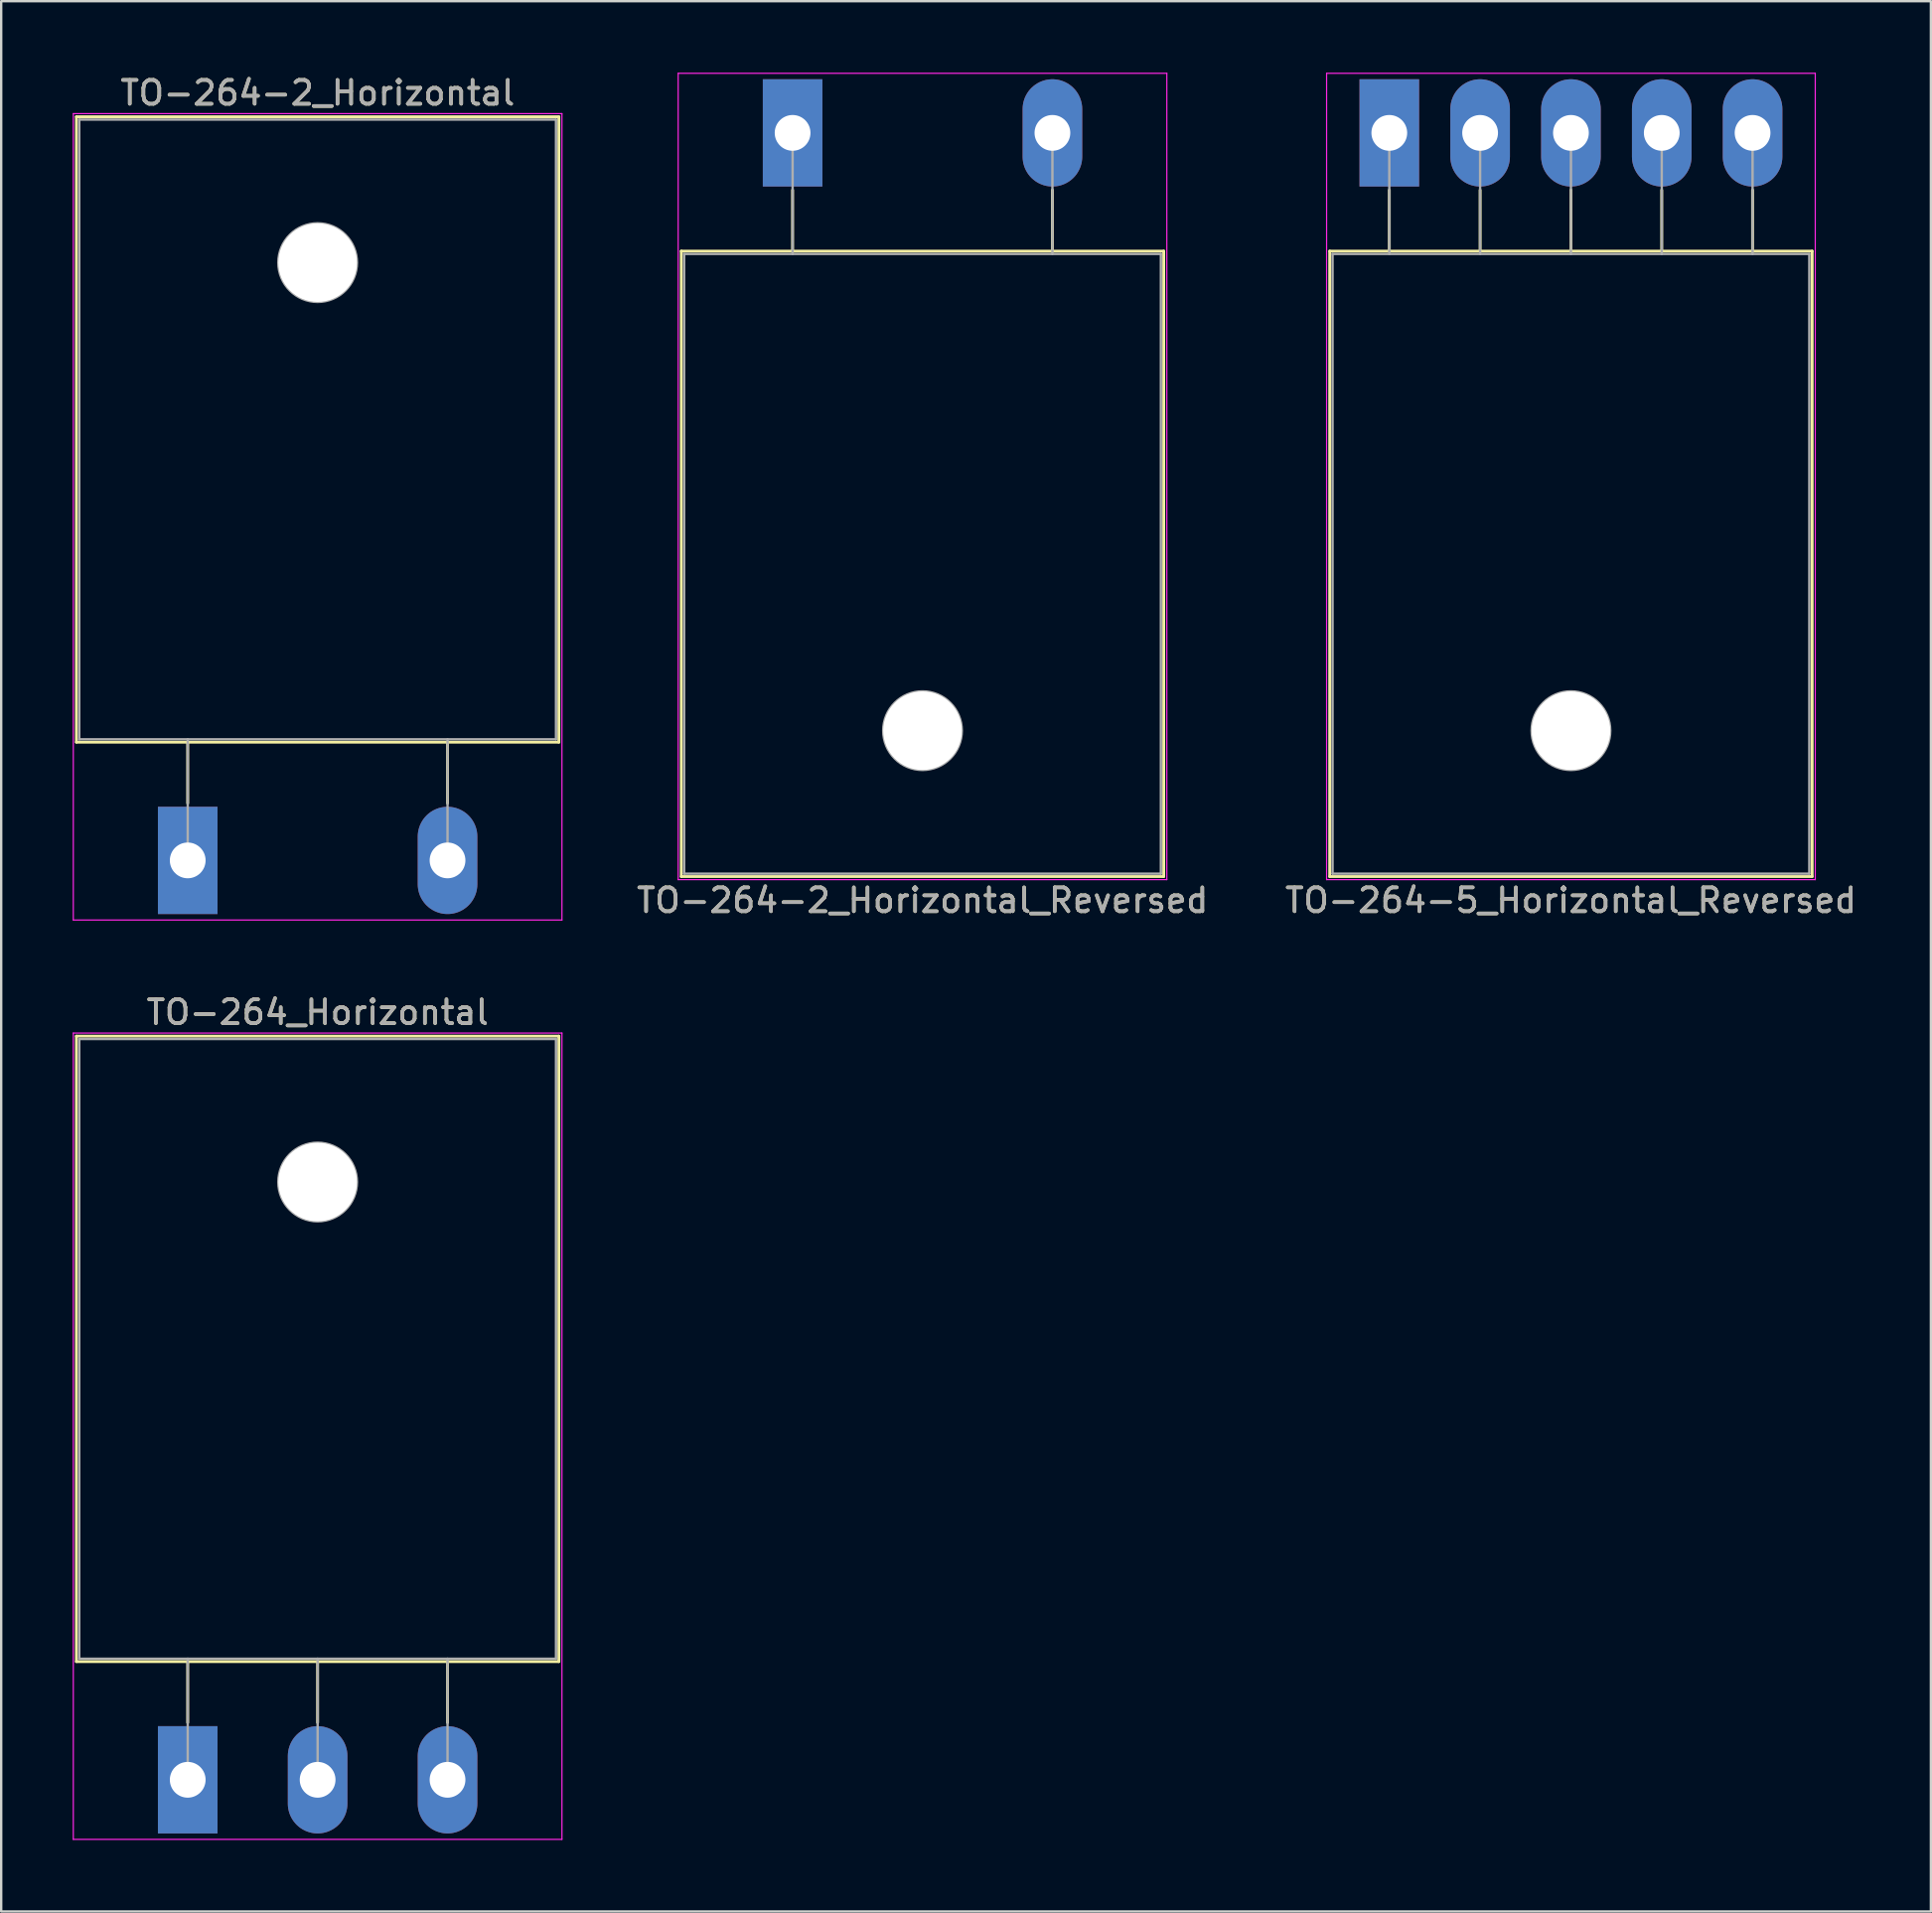
<source format=kicad_pcb>
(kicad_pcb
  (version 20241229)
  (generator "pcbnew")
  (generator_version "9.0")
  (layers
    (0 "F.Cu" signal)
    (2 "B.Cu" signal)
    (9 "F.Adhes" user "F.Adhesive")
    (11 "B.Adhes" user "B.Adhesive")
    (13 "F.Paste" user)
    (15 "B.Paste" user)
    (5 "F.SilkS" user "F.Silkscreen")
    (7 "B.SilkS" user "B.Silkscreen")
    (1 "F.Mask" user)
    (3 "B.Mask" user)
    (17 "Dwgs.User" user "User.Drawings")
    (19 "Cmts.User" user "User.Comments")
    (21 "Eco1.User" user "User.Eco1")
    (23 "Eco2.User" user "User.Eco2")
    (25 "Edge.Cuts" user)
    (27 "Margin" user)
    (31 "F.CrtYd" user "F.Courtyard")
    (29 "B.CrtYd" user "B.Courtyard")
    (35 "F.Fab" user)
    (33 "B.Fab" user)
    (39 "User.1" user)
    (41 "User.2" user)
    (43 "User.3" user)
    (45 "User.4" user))
  (footprint "TO-264_Horizontal"
    (layer "F.Cu")
    (at 4.825 71.621)
    (property "Reference" "TO-264_Horizontal" (at 5.45 -32.2 0) (layer "F.SilkS") (effects (font (size 1 1) (thickness 0.15))))
    (attr through_hole)
    (fp_line (start -4.67 -31.2) (end -4.67 -4.96) (stroke (width 0.12) (type solid)) (layer "F.SilkS"))
    (fp_line (start -4.67 -31.2) (end 15.57 -31.2) (stroke (width 0.12) (type solid)) (layer "F.SilkS"))
    (fp_line (start -4.67 -4.96) (end 15.57 -4.96) (stroke (width 0.12) (type solid)) (layer "F.SilkS"))
    (fp_line (start 0 -4.96) (end 0 -2.4) (stroke (width 0.12) (type solid)) (layer "F.SilkS"))
    (fp_line (start 5.45 -4.96) (end 5.45 -2.4) (stroke (width 0.12) (type solid)) (layer "F.SilkS"))
    (fp_line (start 10.9 -4.96) (end 10.9 -2.4) (stroke (width 0.12) (type solid)) (layer "F.SilkS"))
    (fp_line (start 15.57 -31.2) (end 15.57 -4.96) (stroke (width 0.12) (type solid)) (layer "F.SilkS"))
    (fp_line (start -4.8 -31.33) (end -4.8 2.5) (stroke (width 0.05) (type solid)) (layer "F.CrtYd"))
    (fp_line (start -4.8 2.5) (end 15.7 2.5) (stroke (width 0.05) (type solid)) (layer "F.CrtYd"))
    (fp_line (start 15.7 -31.33) (end -4.8 -31.33) (stroke (width 0.05) (type solid)) (layer "F.CrtYd"))
    (fp_line (start 15.7 2.5) (end 15.7 -31.33) (stroke (width 0.05) (type solid)) (layer "F.CrtYd"))
    (fp_line (start -4.55 -31.08) (end 15.45 -31.08) (stroke (width 0.1) (type solid)) (layer "F.Fab"))
    (fp_line (start -4.55 -5.08) (end -4.55 -31.08) (stroke (width 0.1) (type solid)) (layer "F.Fab"))
    (fp_line (start 0 -5.08) (end 0 0) (stroke (width 0.1) (type solid)) (layer "F.Fab"))
    (fp_line (start 5.45 -5.08) (end 5.45 0) (stroke (width 0.1) (type solid)) (layer "F.Fab"))
    (fp_line (start 10.9 -5.08) (end 10.9 0) (stroke (width 0.1) (type solid)) (layer "F.Fab"))
    (fp_line (start 15.45 -31.08) (end 15.45 -5.08) (stroke (width 0.1) (type solid)) (layer "F.Fab"))
    (fp_line (start 15.45 -5.08) (end -4.55 -5.08) (stroke (width 0.1) (type solid)) (layer "F.Fab"))
    (fp_circle (center 5.45 -25.08) (end 7.1 -25.08) (stroke (width 0.1) (type solid)) (fill no) (layer "F.Fab"))
    (fp_text user "${REFERENCE}" (at 5.45 -32.2 0) (layer "F.Fab") (effects (font (size 1 1) (thickness 0.15))))
    (pad "" np_thru_hole oval (at 5.45 -25.08) (size 3.3 3.3) (drill 3.3) (layers "*.Cu" "*.Mask"))
    (pad "1" thru_hole rect (at 0 0) (size 2.5 4.5) (drill 1.5) (layers "*.Cu" "*.Mask"))
    (pad "2" thru_hole oval (at 5.45 0) (size 2.5 4.5) (drill 1.5) (layers "*.Cu" "*.Mask"))
    (pad "3" thru_hole oval (at 10.9 0) (size 2.5 4.5) (drill 1.5) (layers "*.Cu" "*.Mask")))
  (footprint "TO-264-2_Horizontal_Reversed"
    (layer "F.Cu")
    (at 30.201 2.525)
    (property "Reference" "TO-264-2_Horizontal_Reversed" (at 5.45 32.2 0) (layer "F.SilkS") (effects (font (size 1 1) (thickness 0.15))))
    (attr through_hole)
    (fp_line (start -4.67 4.96) (end -4.67 31.2) (stroke (width 0.12) (type solid)) (layer "F.SilkS"))
    (fp_line (start -4.67 4.96) (end 15.57 4.96) (stroke (width 0.12) (type solid)) (layer "F.SilkS"))
    (fp_line (start -4.67 31.2) (end 15.57 31.2) (stroke (width 0.12) (type solid)) (layer "F.SilkS"))
    (fp_line (start 0 2.4) (end 0 4.96) (stroke (width 0.12) (type solid)) (layer "F.SilkS"))
    (fp_line (start 10.9 2.4) (end 10.9 4.96) (stroke (width 0.12) (type solid)) (layer "F.SilkS"))
    (fp_line (start 15.57 4.96) (end 15.57 31.2) (stroke (width 0.12) (type solid)) (layer "F.SilkS"))
    (fp_line (start -4.8 -2.5) (end -4.8 31.33) (stroke (width 0.05) (type solid)) (layer "F.CrtYd"))
    (fp_line (start -4.8 31.33) (end 15.7 31.33) (stroke (width 0.05) (type solid)) (layer "F.CrtYd"))
    (fp_line (start 15.7 -2.5) (end -4.8 -2.5) (stroke (width 0.05) (type solid)) (layer "F.CrtYd"))
    (fp_line (start 15.7 31.33) (end 15.7 -2.5) (stroke (width 0.05) (type solid)) (layer "F.CrtYd"))
    (fp_line (start -4.55 5.08) (end -4.55 31.08) (stroke (width 0.1) (type solid)) (layer "F.Fab"))
    (fp_line (start -4.55 31.08) (end 15.45 31.08) (stroke (width 0.1) (type solid)) (layer "F.Fab"))
    (fp_line (start 0 5.08) (end 0 0) (stroke (width 0.1) (type solid)) (layer "F.Fab"))
    (fp_line (start 10.9 5.08) (end 10.9 0) (stroke (width 0.1) (type solid)) (layer "F.Fab"))
    (fp_line (start 15.45 5.08) (end -4.55 5.08) (stroke (width 0.1) (type solid)) (layer "F.Fab"))
    (fp_line (start 15.45 31.08) (end 15.45 5.08) (stroke (width 0.1) (type solid)) (layer "F.Fab"))
    (fp_circle (center 5.45 25.08) (end 7.1 25.08) (stroke (width 0.1) (type solid)) (fill no) (layer "F.Fab"))
    (fp_text user "${REFERENCE}" (at 5.45 32.2 0) (layer "F.Fab") (effects (font (size 1 1) (thickness 0.15))))
    (pad "" np_thru_hole oval (at 5.45 25.08) (size 3.3 3.3) (drill 3.3) (layers "*.Cu" "*.Mask"))
    (pad "1" thru_hole rect (at 0 0) (size 2.5 4.5) (drill 1.5) (layers "*.Cu" "*.Mask"))
    (pad "2" thru_hole oval (at 10.9 0) (size 2.5 4.5) (drill 1.5) (layers "*.Cu" "*.Mask")))
  (footprint "TO-264-5_Horizontal_Reversed"
    (layer "F.Cu")
    (at 55.234 2.525)
    (property "Reference" "TO-264-5_Horizontal_Reversed" (at 7.62 32.2 0) (layer "F.SilkS") (effects (font (size 1 1) (thickness 0.15))))
    (attr through_hole)
    (fp_line (start -2.5 4.96) (end -2.5 31.2) (stroke (width 0.12) (type solid)) (layer "F.SilkS"))
    (fp_line (start -2.5 4.96) (end 17.74 4.96) (stroke (width 0.12) (type solid)) (layer "F.SilkS"))
    (fp_line (start -2.5 31.2) (end 17.74 31.2) (stroke (width 0.12) (type solid)) (layer "F.SilkS"))
    (fp_line (start 0 2.4) (end 0 4.96) (stroke (width 0.12) (type solid)) (layer "F.SilkS"))
    (fp_line (start 3.81 2.4) (end 3.81 4.96) (stroke (width 0.12) (type solid)) (layer "F.SilkS"))
    (fp_line (start 7.62 2.4) (end 7.62 4.96) (stroke (width 0.12) (type solid)) (layer "F.SilkS"))
    (fp_line (start 11.43 2.4) (end 11.43 4.96) (stroke (width 0.12) (type solid)) (layer "F.SilkS"))
    (fp_line (start 15.24 2.4) (end 15.24 4.96) (stroke (width 0.12) (type solid)) (layer "F.SilkS"))
    (fp_line (start 17.74 4.96) (end 17.74 31.2) (stroke (width 0.12) (type solid)) (layer "F.SilkS"))
    (fp_line (start -2.63 -2.5) (end -2.63 31.33) (stroke (width 0.05) (type solid)) (layer "F.CrtYd"))
    (fp_line (start -2.63 31.33) (end 17.87 31.33) (stroke (width 0.05) (type solid)) (layer "F.CrtYd"))
    (fp_line (start 17.87 -2.5) (end -2.63 -2.5) (stroke (width 0.05) (type solid)) (layer "F.CrtYd"))
    (fp_line (start 17.87 31.33) (end 17.87 -2.5) (stroke (width 0.05) (type solid)) (layer "F.CrtYd"))
    (fp_line (start -2.38 5.08) (end -2.38 31.08) (stroke (width 0.1) (type solid)) (layer "F.Fab"))
    (fp_line (start -2.38 31.08) (end 17.62 31.08) (stroke (width 0.1) (type solid)) (layer "F.Fab"))
    (fp_line (start 0 5.08) (end 0 0) (stroke (width 0.1) (type solid)) (layer "F.Fab"))
    (fp_line (start 3.81 5.08) (end 3.81 0) (stroke (width 0.1) (type solid)) (layer "F.Fab"))
    (fp_line (start 7.62 5.08) (end 7.62 0) (stroke (width 0.1) (type solid)) (layer "F.Fab"))
    (fp_line (start 11.43 5.08) (end 11.43 0) (stroke (width 0.1) (type solid)) (layer "F.Fab"))
    (fp_line (start 15.24 5.08) (end 15.24 0) (stroke (width 0.1) (type solid)) (layer "F.Fab"))
    (fp_line (start 17.62 5.08) (end -2.38 5.08) (stroke (width 0.1) (type solid)) (layer "F.Fab"))
    (fp_line (start 17.62 31.08) (end 17.62 5.08) (stroke (width 0.1) (type solid)) (layer "F.Fab"))
    (fp_circle (center 7.62 25.08) (end 9.27 25.08) (stroke (width 0.1) (type solid)) (fill no) (layer "F.Fab"))
    (fp_text user "${REFERENCE}" (at 7.62 32.2 0) (layer "F.Fab") (effects (font (size 1 1) (thickness 0.15))))
    (pad "" np_thru_hole oval (at 7.62 25.08) (size 3.3 3.3) (drill 3.3) (layers "*.Cu" "*.Mask"))
    (pad "1" thru_hole rect (at 0 0) (size 2.5 4.5) (drill 1.5) (layers "*.Cu" "*.Mask"))
    (pad "2" thru_hole oval (at 3.81 0) (size 2.5 4.5) (drill 1.5) (layers "*.Cu" "*.Mask"))
    (pad "3" thru_hole oval (at 7.62 0) (size 2.5 4.5) (drill 1.5) (layers "*.Cu" "*.Mask"))
    (pad "4" thru_hole oval (at 11.43 0) (size 2.5 4.5) (drill 1.5) (layers "*.Cu" "*.Mask"))
    (pad "5" thru_hole oval (at 15.24 0) (size 2.5 4.5) (drill 1.5) (layers "*.Cu" "*.Mask")))
  (footprint "TO-264-2_Horizontal"
    (layer "F.Cu")
    (at 4.825 33.048)
    (property "Reference" "TO-264-2_Horizontal" (at 5.45 -32.2 0) (layer "F.SilkS") (effects (font (size 1 1) (thickness 0.15))))
    (attr through_hole)
    (fp_line (start -4.67 -31.2) (end -4.67 -4.96) (stroke (width 0.12) (type solid)) (layer "F.SilkS"))
    (fp_line (start -4.67 -31.2) (end 15.57 -31.2) (stroke (width 0.12) (type solid)) (layer "F.SilkS"))
    (fp_line (start -4.67 -4.96) (end 15.57 -4.96) (stroke (width 0.12) (type solid)) (layer "F.SilkS"))
    (fp_line (start 0 -4.96) (end 0 -2.4) (stroke (width 0.12) (type solid)) (layer "F.SilkS"))
    (fp_line (start 10.9 -4.96) (end 10.9 -2.4) (stroke (width 0.12) (type solid)) (layer "F.SilkS"))
    (fp_line (start 15.57 -31.2) (end 15.57 -4.96) (stroke (width 0.12) (type solid)) (layer "F.SilkS"))
    (fp_line (start -4.8 -31.33) (end -4.8 2.5) (stroke (width 0.05) (type solid)) (layer "F.CrtYd"))
    (fp_line (start -4.8 2.5) (end 15.7 2.5) (stroke (width 0.05) (type solid)) (layer "F.CrtYd"))
    (fp_line (start 15.7 -31.33) (end -4.8 -31.33) (stroke (width 0.05) (type solid)) (layer "F.CrtYd"))
    (fp_line (start 15.7 2.5) (end 15.7 -31.33) (stroke (width 0.05) (type solid)) (layer "F.CrtYd"))
    (fp_line (start -4.55 -31.08) (end 15.45 -31.08) (stroke (width 0.1) (type solid)) (layer "F.Fab"))
    (fp_line (start -4.55 -5.08) (end -4.55 -31.08) (stroke (width 0.1) (type solid)) (layer "F.Fab"))
    (fp_line (start 0 -5.08) (end 0 0) (stroke (width 0.1) (type solid)) (layer "F.Fab"))
    (fp_line (start 10.9 -5.08) (end 10.9 0) (stroke (width 0.1) (type solid)) (layer "F.Fab"))
    (fp_line (start 15.45 -31.08) (end 15.45 -5.08) (stroke (width 0.1) (type solid)) (layer "F.Fab"))
    (fp_line (start 15.45 -5.08) (end -4.55 -5.08) (stroke (width 0.1) (type solid)) (layer "F.Fab"))
    (fp_circle (center 5.45 -25.08) (end 7.1 -25.08) (stroke (width 0.1) (type solid)) (fill no) (layer "F.Fab"))
    (fp_text user "${REFERENCE}" (at 5.45 -32.2 0) (layer "F.Fab") (effects (font (size 1 1) (thickness 0.15))))
    (pad "" np_thru_hole oval (at 5.45 -25.08) (size 3.3 3.3) (drill 3.3) (layers "*.Cu" "*.Mask"))
    (pad "1" thru_hole rect (at 0 0) (size 2.5 4.5) (drill 1.5) (layers "*.Cu" "*.Mask"))
    (pad "2" thru_hole oval (at 10.9 0) (size 2.5 4.5) (drill 1.5) (layers "*.Cu" "*.Mask")))
  (gr_rect
    (start -3 -3)
    (end 77.955 77.147)
    (stroke (width 0.1) (type default))
    (fill no)
    (layer "Edge.Cuts")))
</source>
